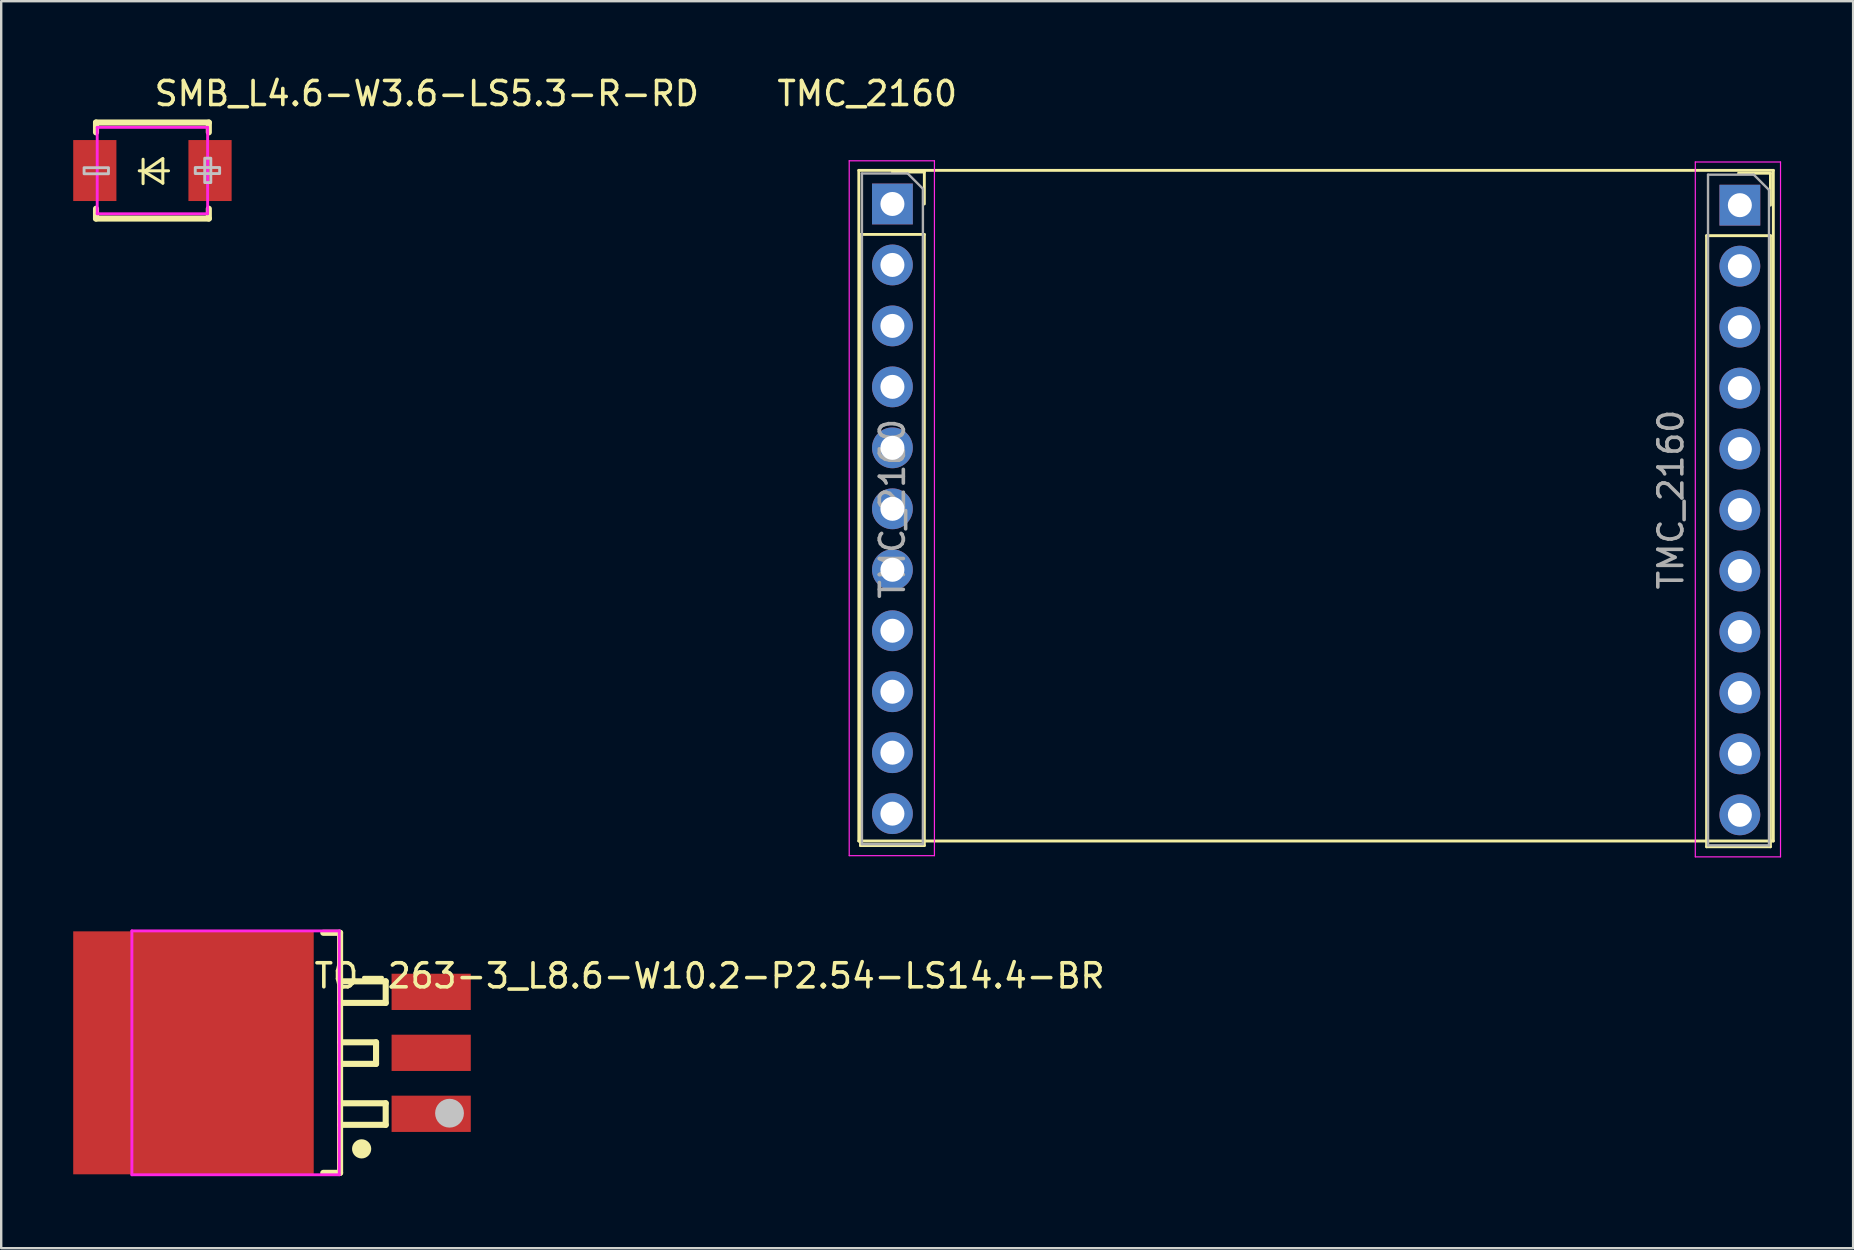
<source format=kicad_pcb>
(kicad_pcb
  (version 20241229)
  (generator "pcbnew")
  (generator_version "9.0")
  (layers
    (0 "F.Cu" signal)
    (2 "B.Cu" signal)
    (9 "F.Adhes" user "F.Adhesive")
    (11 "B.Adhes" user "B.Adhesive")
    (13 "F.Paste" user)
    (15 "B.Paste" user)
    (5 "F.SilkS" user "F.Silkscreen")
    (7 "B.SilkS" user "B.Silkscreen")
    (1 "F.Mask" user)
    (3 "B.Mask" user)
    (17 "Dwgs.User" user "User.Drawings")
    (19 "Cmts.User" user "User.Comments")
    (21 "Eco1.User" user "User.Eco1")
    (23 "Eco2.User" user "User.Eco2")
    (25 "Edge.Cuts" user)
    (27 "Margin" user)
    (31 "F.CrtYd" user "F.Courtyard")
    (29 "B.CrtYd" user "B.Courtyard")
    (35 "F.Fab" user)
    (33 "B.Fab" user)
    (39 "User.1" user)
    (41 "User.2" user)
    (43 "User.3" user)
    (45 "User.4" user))
  (footprint "TO-263-3_L8.6-W10.2-P2.54-LS14.4-BR"
    (layer "F.Cu")
    (at 9.962 40.813)
    (property "Reference" "TO-263-3_L8.6-W10.2-P2.54-LS14.4-BR" (at 0 -3.207 0) (layer "F.SilkS") (effects (font (size 1 1) (thickness 0.15)) (justify left)))
    (attr through_hole)
    (fp_line (start 0.456 -5.001) (end 1.157 -5.001) (stroke (width 0.254) (type solid)) (layer "F.SilkS"))
    (fp_line (start 1.157 -5.001) (end 1.157 5.001) (stroke (width 0.254) (type solid)) (layer "F.SilkS"))
    (fp_line (start 1.157 -2.979) (end 3.057 -2.979) (stroke (width 0.254) (type solid)) (layer "F.SilkS"))
    (fp_line (start 1.157 -0.439) (end 2.655 -0.439) (stroke (width 0.254) (type solid)) (layer "F.SilkS"))
    (fp_line (start 1.157 2.101) (end 3.057 2.101) (stroke (width 0.254) (type solid)) (layer "F.SilkS"))
    (fp_line (start 1.157 3) (end 3.057 3) (stroke (width 0.254) (type solid)) (layer "F.SilkS"))
    (fp_line (start 1.157 5.001) (end 0.456 5.001) (stroke (width 0.254) (type solid)) (layer "F.SilkS"))
    (fp_line (start 2.655 -0.439) (end 2.655 0.46) (stroke (width 0.254) (type solid)) (layer "F.SilkS"))
    (fp_line (start 2.655 0.46) (end 1.157 0.46) (stroke (width 0.254) (type solid)) (layer "F.SilkS"))
    (fp_line (start 3.057 -2.979) (end 3.057 -2.08) (stroke (width 0.254) (type solid)) (layer "F.SilkS"))
    (fp_line (start 3.057 -2.08) (end 1.157 -2.08) (stroke (width 0.254) (type solid)) (layer "F.SilkS"))
    (fp_line (start 3.057 2.101) (end 3.057 3) (stroke (width 0.254) (type solid)) (layer "F.SilkS"))
    (fp_arc (start 2.053 4.201) (mid 2.055734 3.800991) (end 2.055532 4.201009) (stroke (width 0.399) (type solid)) (layer "F.SilkS"))
    (fp_circle (center 5.716 2.515) (end 6.016 2.515) (stroke (width 0.6) (type solid)) (fill no) (layer "Dwgs.User"))
    (fp_line (start 0.839 -2.964) (end 3.689 -2.964) (stroke (width 0.12) (type solid)) (layer "Eco2.User"))
    (fp_line (start 0.839 -2.134) (end 0.839 -2.964) (stroke (width 0.12) (type solid)) (layer "Eco2.User"))
    (fp_line (start 0.839 -0.424) (end 3.689 -0.424) (stroke (width 0.12) (type solid)) (layer "Eco2.User"))
    (fp_line (start 0.839 0.406) (end 0.839 -0.424) (stroke (width 0.12) (type solid)) (layer "Eco2.User"))
    (fp_line (start 0.839 2.125) (end 3.689 2.125) (stroke (width 0.12) (type solid)) (layer "Eco2.User"))
    (fp_line (start 0.839 2.955) (end 0.839 2.125) (stroke (width 0.12) (type solid)) (layer "Eco2.User"))
    (fp_line (start 3.689 -2.964) (end 3.689 -2.134) (stroke (width 0.12) (type solid)) (layer "Eco2.User"))
    (fp_line (start 3.689 -2.134) (end 0.839 -2.134) (stroke (width 0.12) (type solid)) (layer "Eco2.User"))
    (fp_line (start 3.689 -0.424) (end 3.689 0.406) (stroke (width 0.12) (type solid)) (layer "Eco2.User"))
    (fp_line (start 3.689 0.406) (end 0.839 0.406) (stroke (width 0.12) (type solid)) (layer "Eco2.User"))
    (fp_line (start 3.689 2.125) (end 3.689 2.955) (stroke (width 0.12) (type solid)) (layer "Eco2.User"))
    (fp_line (start 3.689 2.955) (end 0.839 2.955) (stroke (width 0.12) (type solid)) (layer "Eco2.User"))
    (fp_circle (center 5.521 5.05) (end 5.551 5.05) (stroke (width 0.06) (type solid)) (fill no) (layer "Eco2.User"))
    (fp_poly (pts (xy -8.787 5.055) (xy -8.787 -5.055) (xy -2.187 -5.055) (xy -2.187 5.055)) (stroke (width 0.12) (type solid)) (fill no) (layer "Eco2.User"))
    (fp_poly (pts (xy 3.551 -2.12) (xy 3.551 -2.96) (xy 5.551 -2.96) (xy 5.551 -2.12)) (stroke (width 0.12) (type solid)) (fill no) (layer "Eco2.User"))
    (fp_poly (pts (xy 3.551 0.42) (xy 3.551 -0.42) (xy 5.551 -0.42) (xy 5.551 0.42)) (stroke (width 0.12) (type solid)) (fill no) (layer "Eco2.User"))
    (fp_poly (pts (xy 3.551 2.96) (xy 3.551 2.12) (xy 5.551 2.12) (xy 5.551 2.96)) (stroke (width 0.12) (type solid)) (fill no) (layer "Eco2.User"))
    (fp_line (start -7.517 -5.08) (end 1.123 -5.08) (stroke (width 0.12) (type solid)) (layer "F.CrtYd"))
    (fp_line (start -7.517 5.08) (end -7.517 -5.08) (stroke (width 0.12) (type solid)) (layer "F.CrtYd"))
    (fp_line (start 1.123 -5.08) (end 1.123 5.08) (stroke (width 0.12) (type solid)) (layer "F.CrtYd"))
    (fp_line (start 1.123 5.08) (end -7.517 5.08) (stroke (width 0.12) (type solid)) (layer "F.CrtYd"))
    (pad "1" smd rect (at 4.952 2.54) (size 3.3 1.511) (layers "F.Cu" "F.Mask" "F.Paste"))
    (pad "2" smd rect (at 4.952 0) (size 3.3 1.511) (layers "F.Cu" "F.Mask" "F.Paste"))
    (pad "3" smd rect (at 4.952 -2.54) (size 3.3 1.511) (layers "F.Cu" "F.Mask" "F.Paste"))
    (pad "4" smd rect (at -4.952 0) (size 10.02 10.122) (layers "F.Cu" "F.Mask" "F.Paste")))
  (footprint "SMB_L4.6-W3.6-LS5.3-R-RD"
    (layer "F.Cu")
    (at 3.3 4.055)
    (property "Reference" "SMB_L4.6-W3.6-LS5.3-R-RD" (at 0 -3.207 0) (layer "F.SilkS") (effects (font (size 1 1) (thickness 0.15)) (justify left)))
    (attr through_hole)
    (fp_line (start -2.35 -2) (end -2.35 -1.591) (stroke (width 0.254) (type solid)) (layer "F.SilkS"))
    (fp_line (start -2.35 -2) (end 2.35 -2) (stroke (width 0.254) (type solid)) (layer "F.SilkS"))
    (fp_line (start -2.35 1.591) (end -2.35 2) (stroke (width 0.254) (type solid)) (layer "F.SilkS"))
    (fp_line (start -2.35 2) (end 2.35 2) (stroke (width 0.254) (type solid)) (layer "F.SilkS"))
    (fp_line (start -0.548 0.01) (end 0.671 0.01) (stroke (width 0.127) (type solid)) (layer "F.SilkS"))
    (fp_line (start -0.389 -0.47) (end -0.389 0.546) (stroke (width 0.127) (type solid)) (layer "F.SilkS"))
    (fp_line (start -0.35 0.04) (end 0.433 0.52) (stroke (width 0.127) (type solid)) (layer "F.SilkS"))
    (fp_line (start 0.433 -0.5) (end -0.35 0.04) (stroke (width 0.127) (type solid)) (layer "F.SilkS"))
    (fp_line (start 0.433 0.53) (end 0.433 -0.486) (stroke (width 0.127) (type solid)) (layer "F.SilkS"))
    (fp_line (start 2.35 -2) (end 2.35 -1.591) (stroke (width 0.254) (type solid)) (layer "F.SilkS"))
    (fp_line (start 2.35 1.591) (end 2.35 2) (stroke (width 0.254) (type solid)) (layer "F.SilkS"))
    (fp_poly (pts (xy -2.847 -0.119) (xy -1.831 -0.119) (xy -1.831 0.135) (xy -2.847 0.135)) (stroke (width 0.12) (type solid)) (fill no) (layer "Dwgs.User"))
    (fp_poly (pts (xy 1.785 -0.127) (xy 2.801 -0.127) (xy 2.801 0.127) (xy 1.785 0.127)) (stroke (width 0.12) (type solid)) (fill no) (layer "Dwgs.User"))
    (fp_poly (pts (xy 2.179 0.502) (xy 2.179 -0.514) (xy 2.433 -0.514) (xy 2.433 0.502)) (stroke (width 0.12) (type solid)) (fill no) (layer "Dwgs.User"))
    (fp_circle (center 2.704 -1.813) (end 2.734 -1.813) (stroke (width 0.06) (type solid)) (fill no) (layer "Eco2.User"))
    (fp_poly (pts (xy -2.701 -1.025) (xy -1.551 -1.025) (xy -1.551 1.025) (xy -2.701 1.025)) (stroke (width 0.12) (type solid)) (fill no) (layer "Eco2.User"))
    (fp_poly (pts (xy 1.551 -1.025) (xy 2.701 -1.025) (xy 2.701 1.025) (xy 1.551 1.025)) (stroke (width 0.12) (type solid)) (fill no) (layer "Eco2.User"))
    (fp_line (start -2.3 -1.8) (end 2.3 -1.8) (stroke (width 0.12) (type solid)) (layer "F.CrtYd"))
    (fp_line (start -2.3 1.8) (end -2.3 -1.8) (stroke (width 0.12) (type solid)) (layer "F.CrtYd"))
    (fp_line (start 2.3 -1.8) (end 2.3 1.8) (stroke (width 0.12) (type solid)) (layer "F.CrtYd"))
    (fp_line (start 2.3 1.8) (end -2.3 1.8) (stroke (width 0.12) (type solid)) (layer "F.CrtYd"))
    (pad "1" smd rect (at 2.4 0) (size 1.8 2.54) (layers "F.Cu" "F.Mask" "F.Paste"))
    (pad "2" smd rect (at -2.4 0) (size 1.8 2.54) (layers "F.Cu" "F.Mask" "F.Paste")))
  (footprint "TMC_2160"
    (layer "F.Cu")
    (at 32.73 4.048)
    (property "Reference" "TMC_2160" (at 0.35 -3.2 0) (layer "F.SilkS") (effects (font (size 1 1) (thickness 0.15))))
    (attr through_hole)
    (fp_line (start 0 0) (end 0 27.94) (stroke (width 0.12) (type solid)) (layer "F.SilkS"))
    (fp_line (start 0 0) (end 38.1 0) (stroke (width 0.12) (type solid)) (layer "F.SilkS"))
    (fp_line (start 0 27.94) (end 38.1 27.94) (stroke (width 0.12) (type solid)) (layer "F.SilkS"))
    (fp_line (start 0.07 2.67) (end 0.07 28.13) (stroke (width 0.12) (type solid)) (layer "F.SilkS"))
    (fp_line (start 0.07 2.67) (end 2.73 2.67) (stroke (width 0.12) (type solid)) (layer "F.SilkS"))
    (fp_line (start 0.07 28.13) (end 2.73 28.13) (stroke (width 0.12) (type solid)) (layer "F.SilkS"))
    (fp_line (start 1.4 0.07) (end 2.73 0.07) (stroke (width 0.12) (type solid)) (layer "F.SilkS"))
    (fp_line (start 2.73 0.07) (end 2.73 1.4) (stroke (width 0.12) (type solid)) (layer "F.SilkS"))
    (fp_line (start 2.73 2.67) (end 2.73 28.13) (stroke (width 0.12) (type solid)) (layer "F.SilkS"))
    (fp_line (start 35.32 2.72) (end 35.32 28.18) (stroke (width 0.12) (type solid)) (layer "F.SilkS"))
    (fp_line (start 35.32 2.72) (end 37.98 2.72) (stroke (width 0.12) (type solid)) (layer "F.SilkS"))
    (fp_line (start 35.32 28.18) (end 37.98 28.18) (stroke (width 0.12) (type solid)) (layer "F.SilkS"))
    (fp_line (start 36.65 0.12) (end 37.98 0.12) (stroke (width 0.12) (type solid)) (layer "F.SilkS"))
    (fp_line (start 37.98 0.12) (end 37.98 1.45) (stroke (width 0.12) (type solid)) (layer "F.SilkS"))
    (fp_line (start 37.98 2.72) (end 37.98 28.18) (stroke (width 0.12) (type solid)) (layer "F.SilkS"))
    (fp_line (start 38.1 27.94) (end 38.1 0) (stroke (width 0.12) (type solid)) (layer "F.SilkS"))
    (fp_line (start -0.4 -0.4) (end 3.15 -0.4) (stroke (width 0.05) (type solid)) (layer "F.CrtYd"))
    (fp_line (start -0.4 28.55) (end -0.4 -0.4) (stroke (width 0.05) (type solid)) (layer "F.CrtYd"))
    (fp_line (start 3.15 -0.4) (end 3.15 28.55) (stroke (width 0.05) (type solid)) (layer "F.CrtYd"))
    (fp_line (start 3.15 28.55) (end -0.4 28.55) (stroke (width 0.05) (type solid)) (layer "F.CrtYd"))
    (fp_line (start 34.85 -0.35) (end 38.4 -0.35) (stroke (width 0.05) (type solid)) (layer "F.CrtYd"))
    (fp_line (start 34.85 28.6) (end 34.85 -0.35) (stroke (width 0.05) (type solid)) (layer "F.CrtYd"))
    (fp_line (start 38.4 -0.35) (end 38.4 28.6) (stroke (width 0.05) (type solid)) (layer "F.CrtYd"))
    (fp_line (start 38.4 28.6) (end 34.85 28.6) (stroke (width 0.05) (type solid)) (layer "F.CrtYd"))
    (fp_line (start 0.13 0.13) (end 2.035 0.13) (stroke (width 0.1) (type solid)) (layer "F.Fab"))
    (fp_line (start 0.13 28.07) (end 0.13 0.13) (stroke (width 0.1) (type solid)) (layer "F.Fab"))
    (fp_line (start 2.035 0.13) (end 2.67 0.765) (stroke (width 0.1) (type solid)) (layer "F.Fab"))
    (fp_line (start 2.67 0.765) (end 2.67 28.07) (stroke (width 0.1) (type solid)) (layer "F.Fab"))
    (fp_line (start 2.67 28.07) (end 0.13 28.07) (stroke (width 0.1) (type solid)) (layer "F.Fab"))
    (fp_line (start 35.38 0.18) (end 37.285 0.18) (stroke (width 0.1) (type solid)) (layer "F.Fab"))
    (fp_line (start 35.38 28.12) (end 35.38 0.18) (stroke (width 0.1) (type solid)) (layer "F.Fab"))
    (fp_line (start 37.285 0.18) (end 37.92 0.815) (stroke (width 0.1) (type solid)) (layer "F.Fab"))
    (fp_line (start 37.92 0.815) (end 37.92 28.12) (stroke (width 0.1) (type solid)) (layer "F.Fab"))
    (fp_line (start 37.92 28.12) (end 35.38 28.12) (stroke (width 0.1) (type solid)) (layer "F.Fab"))
    (fp_text user "${REFERENCE}" (at 1.4 14.1 90) (layer "F.Fab") (effects (font (size 1 1) (thickness 0.15))))
    (fp_text user "${REFERENCE}" (at 33.833 13.716 90) (layer "F.Fab") (effects (font (size 1 1) (thickness 0.15))))
    (pad "1" thru_hole rect (at 1.4 1.4) (size 1.7 1.7) (drill 1) (layers "*.Cu" "*.Mask"))
    (pad "2" thru_hole oval (at 1.4 3.94) (size 1.7 1.7) (drill 1) (layers "*.Cu" "*.Mask"))
    (pad "3" thru_hole oval (at 1.4 6.48) (size 1.7 1.7) (drill 1) (layers "*.Cu" "*.Mask"))
    (pad "4" thru_hole oval (at 1.4 9.02) (size 1.7 1.7) (drill 1) (layers "*.Cu" "*.Mask"))
    (pad "5" thru_hole oval (at 1.4 11.56) (size 1.7 1.7) (drill 1) (layers "*.Cu" "*.Mask"))
    (pad "6" thru_hole oval (at 1.4 14.1) (size 1.7 1.7) (drill 1) (layers "*.Cu" "*.Mask"))
    (pad "7" thru_hole oval (at 1.4 16.64) (size 1.7 1.7) (drill 1) (layers "*.Cu" "*.Mask"))
    (pad "8" thru_hole oval (at 1.4 19.18) (size 1.7 1.7) (drill 1) (layers "*.Cu" "*.Mask"))
    (pad "9" thru_hole oval (at 1.4 21.72) (size 1.7 1.7) (drill 1) (layers "*.Cu" "*.Mask"))
    (pad "10" thru_hole oval (at 1.4 24.26) (size 1.7 1.7) (drill 1) (layers "*.Cu" "*.Mask"))
    (pad "11" thru_hole oval (at 1.4 26.8) (size 1.7 1.7) (drill 1) (layers "*.Cu" "*.Mask"))
    (pad "12" thru_hole rect (at 36.706 1.45) (size 1.7 1.7) (drill 1) (layers "*.Cu" "*.Mask"))
    (pad "13" thru_hole oval (at 36.706 3.99) (size 1.7 1.7) (drill 1) (layers "*.Cu" "*.Mask"))
    (pad "14" thru_hole oval (at 36.706 6.53) (size 1.7 1.7) (drill 1) (layers "*.Cu" "*.Mask"))
    (pad "15" thru_hole oval (at 36.706 9.07) (size 1.7 1.7) (drill 1) (layers "*.Cu" "*.Mask"))
    (pad "16" thru_hole oval (at 36.706 11.61) (size 1.7 1.7) (drill 1) (layers "*.Cu" "*.Mask"))
    (pad "17" thru_hole oval (at 36.706 14.15) (size 1.7 1.7) (drill 1) (layers "*.Cu" "*.Mask"))
    (pad "18" thru_hole oval (at 36.706 16.69) (size 1.7 1.7) (drill 1) (layers "*.Cu" "*.Mask"))
    (pad "19" thru_hole oval (at 36.706 19.23) (size 1.7 1.7) (drill 1) (layers "*.Cu" "*.Mask"))
    (pad "20" thru_hole oval (at 36.706 21.77) (size 1.7 1.7) (drill 1) (layers "*.Cu" "*.Mask"))
    (pad "21" thru_hole oval (at 36.706 24.31) (size 1.7 1.7) (drill 1) (layers "*.Cu" "*.Mask"))
    (pad "22" thru_hole oval (at 36.706 26.85) (size 1.7 1.7) (drill 1) (layers "*.Cu" "*.Mask")))
  (gr_rect
    (start -3 -3)
    (end 74.155 48.953)
    (stroke (width 0.1) (type default))
    (fill no)
    (layer "Edge.Cuts")))
</source>
